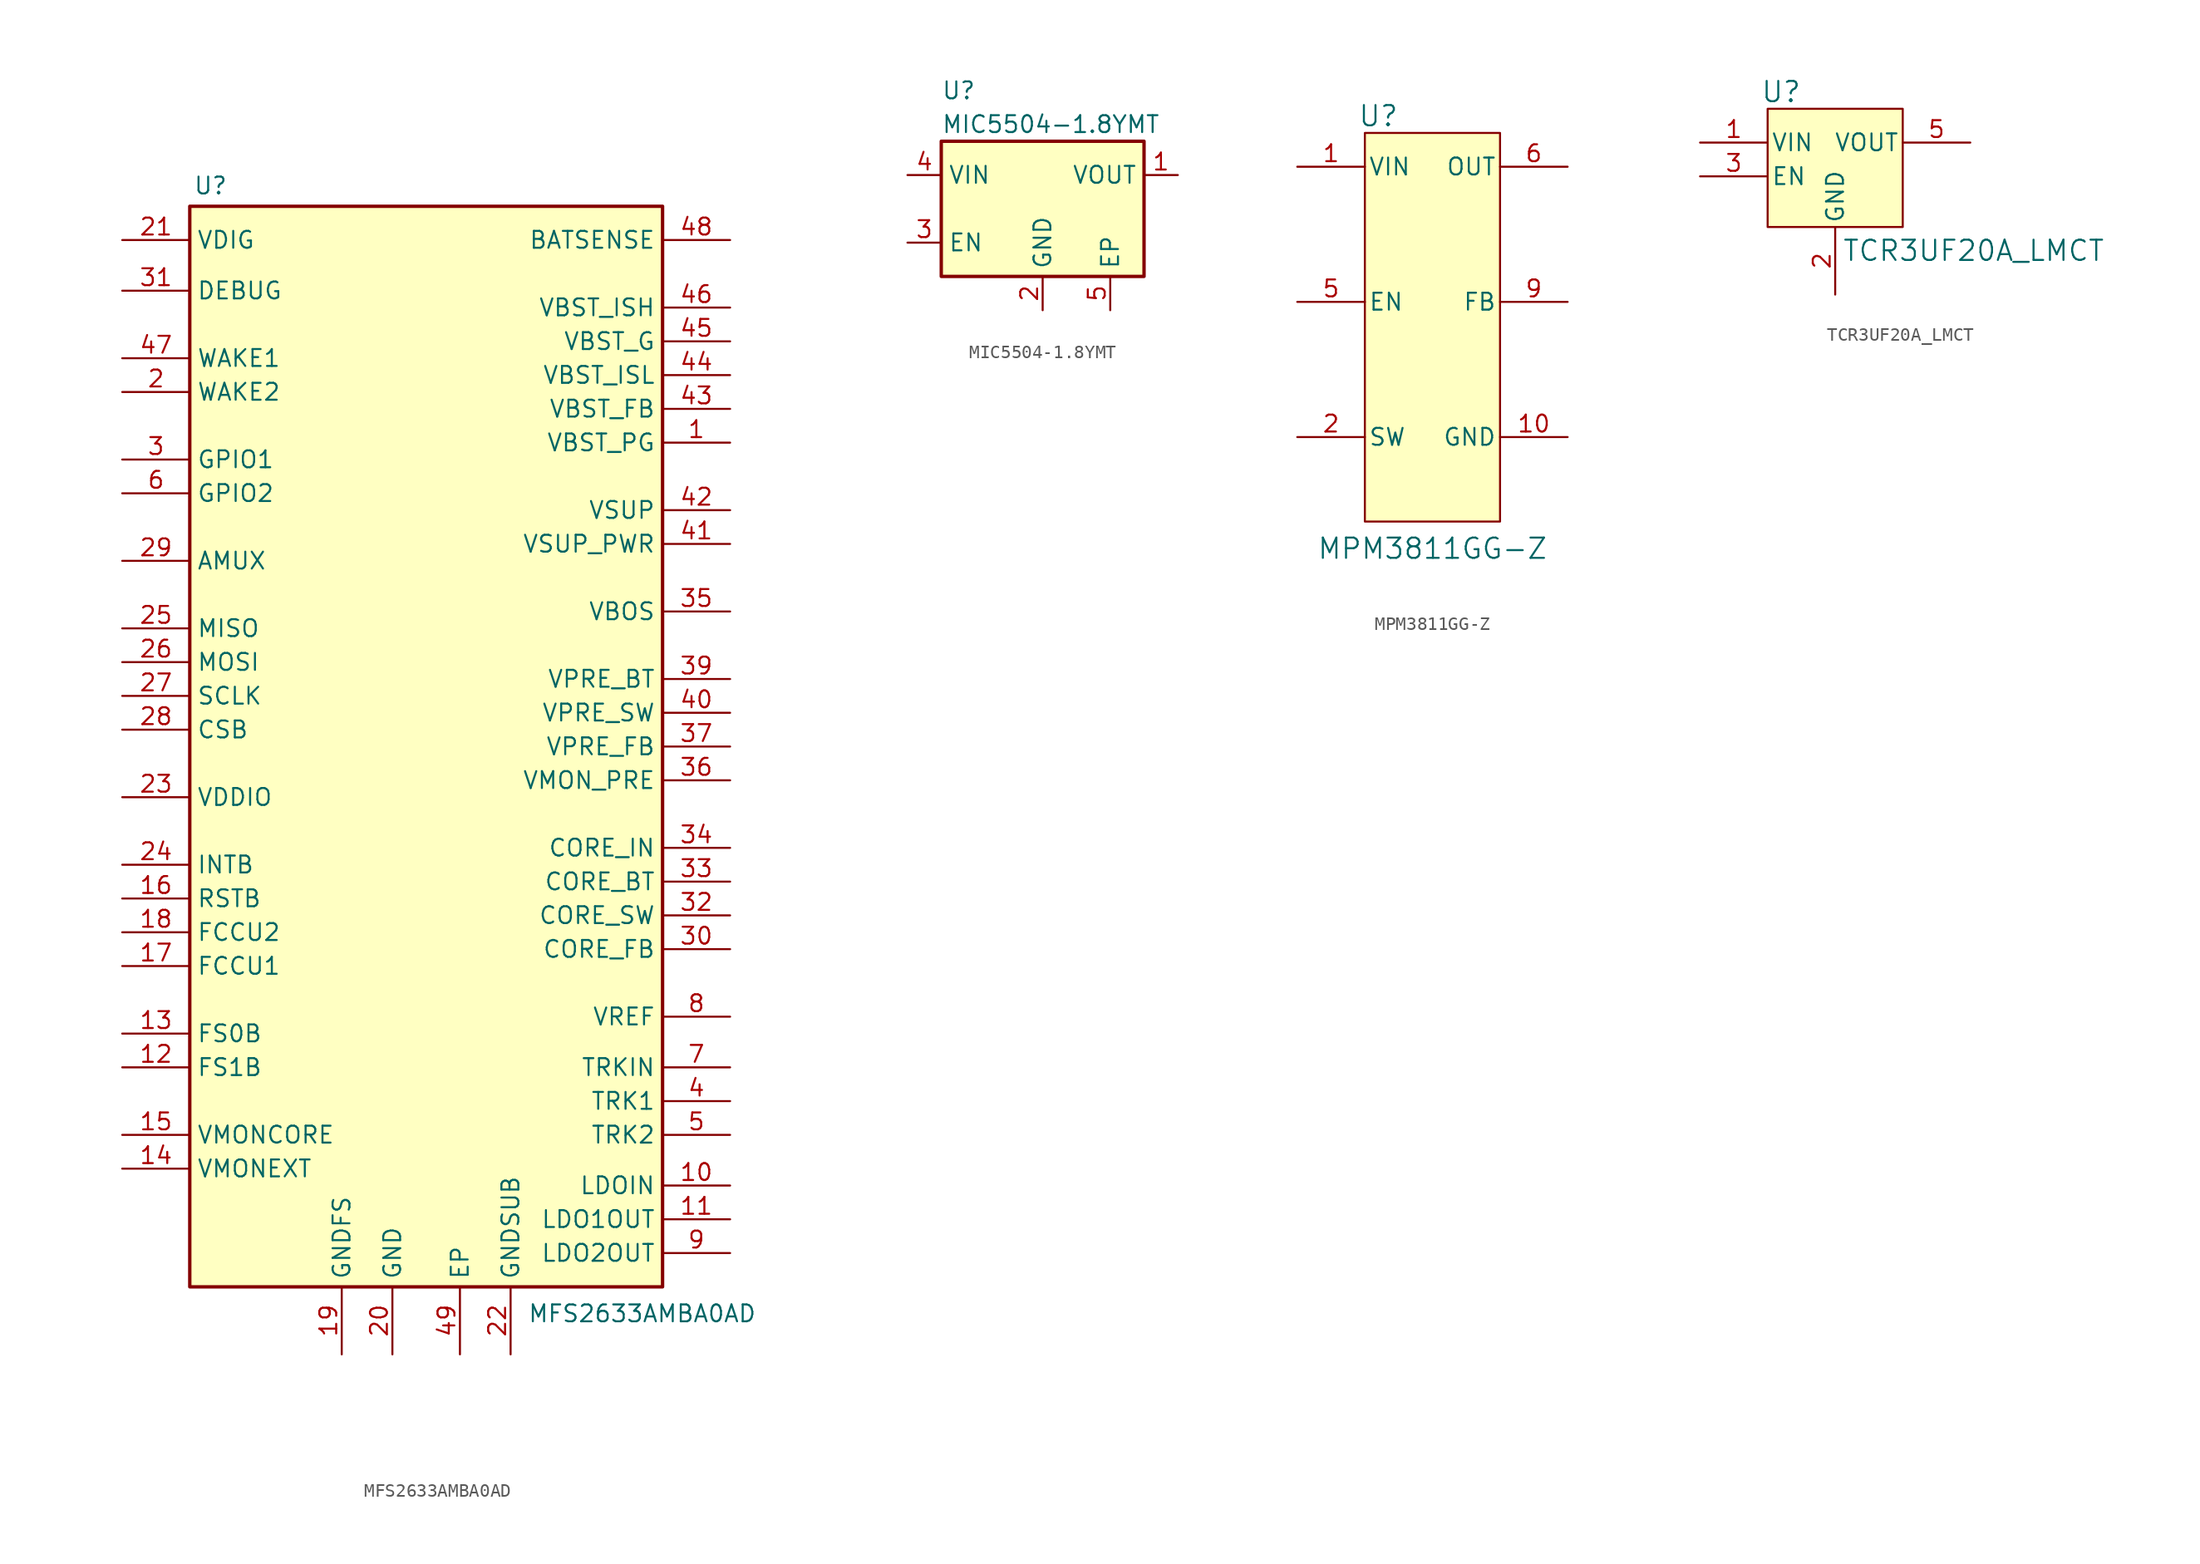
<source format=kicad_sym>
(kicad_symbol_lib
  (version 20231120)
  (generator "kicad_symbol_editor")
  (generator_version "8.0")
  (symbol "MFS2633AMBA0AD"
    (property "Reference" "U"
      (at -17.526 42.926 0)
      (effects (font (size 1.27 1.27)) (justify left top)))
    (property "Value" "MFS2633AMBA0AD"
      (at 7.62 -41.91 0)
      (effects (font (size 1.27 1.27)) (justify left top)))
    (symbol "MFS2633AMBA0AD_1_1"
      (rectangle (start -17.78 40.64) (end 17.78 -40.64) (stroke (width 0.254) (type default)) (fill (type background)))
      (pin passive line (at 22.86 22.86 180) (length 5.08) (name "VBST_PG" (effects (font (size 1.27 1.27)))) (number "1" (effects (font (size 1.27 1.27)))))
      (pin passive line (at 22.86 -33.02 180) (length 5.08) (name "LDOIN" (effects (font (size 1.27 1.27)))) (number "10" (effects (font (size 1.27 1.27)))))
      (pin passive line (at 22.86 -35.56 180) (length 5.08) (name "LDO1OUT" (effects (font (size 1.27 1.27)))) (number "11" (effects (font (size 1.27 1.27)))))
      (pin passive line (at -22.86 -24.13 0) (length 5.08) (name "FS1B" (effects (font (size 1.27 1.27)))) (number "12" (effects (font (size 1.27 1.27)))))
      (pin passive line (at -22.86 -21.59 0) (length 5.08) (name "FS0B" (effects (font (size 1.27 1.27)))) (number "13" (effects (font (size 1.27 1.27)))))
      (pin passive line (at -22.86 -31.75 0) (length 5.08) (name "VMONEXT" (effects (font (size 1.27 1.27)))) (number "14" (effects (font (size 1.27 1.27)))))
      (pin passive line (at -22.86 -29.21 0) (length 5.08) (name "VMONCORE" (effects (font (size 1.27 1.27)))) (number "15" (effects (font (size 1.27 1.27)))))
      (pin passive line (at -22.86 -11.43 0) (length 5.08) (name "RSTB" (effects (font (size 1.27 1.27)))) (number "16" (effects (font (size 1.27 1.27)))))
      (pin passive line (at -22.86 -16.51 0) (length 5.08) (name "FCCU1" (effects (font (size 1.27 1.27)))) (number "17" (effects (font (size 1.27 1.27)))))
      (pin passive line (at -22.86 -13.97 0) (length 5.08) (name "FCCU2" (effects (font (size 1.27 1.27)))) (number "18" (effects (font (size 1.27 1.27)))))
      (pin passive line (at -6.35 -45.72 90) (length 5.08) (name "GNDFS" (effects (font (size 1.27 1.27)))) (number "19" (effects (font (size 1.27 1.27)))))
      (pin passive line (at -22.86 26.67 0) (length 5.08) (name "WAKE2" (effects (font (size 1.27 1.27)))) (number "2" (effects (font (size 1.27 1.27)))))
      (pin passive line (at -2.54 -45.72 90) (length 5.08) (name "GND" (effects (font (size 1.27 1.27)))) (number "20" (effects (font (size 1.27 1.27)))))
      (pin passive line (at -22.86 38.1 0) (length 5.08) (name "VDIG" (effects (font (size 1.27 1.27)))) (number "21" (effects (font (size 1.27 1.27)))))
      (pin passive line (at 6.35 -45.72 90) (length 5.08) (name "GNDSUB" (effects (font (size 1.27 1.27)))) (number "22" (effects (font (size 1.27 1.27)))))
      (pin passive line (at -22.86 -3.81 0) (length 5.08) (name "VDDIO" (effects (font (size 1.27 1.27)))) (number "23" (effects (font (size 1.27 1.27)))))
      (pin passive line (at -22.86 -8.89 0) (length 5.08) (name "INTB" (effects (font (size 1.27 1.27)))) (number "24" (effects (font (size 1.27 1.27)))))
      (pin passive line (at -22.86 8.89 0) (length 5.08) (name "MISO" (effects (font (size 1.27 1.27)))) (number "25" (effects (font (size 1.27 1.27)))))
      (pin passive line (at -22.86 6.35 0) (length 5.08) (name "MOSI" (effects (font (size 1.27 1.27)))) (number "26" (effects (font (size 1.27 1.27)))))
      (pin passive line (at -22.86 3.81 0) (length 5.08) (name "SCLK" (effects (font (size 1.27 1.27)))) (number "27" (effects (font (size 1.27 1.27)))))
      (pin passive line (at -22.86 1.27 0) (length 5.08) (name "CSB" (effects (font (size 1.27 1.27)))) (number "28" (effects (font (size 1.27 1.27)))))
      (pin passive line (at -22.86 13.97 0) (length 5.08) (name "AMUX" (effects (font (size 1.27 1.27)))) (number "29" (effects (font (size 1.27 1.27)))))
      (pin passive line (at -22.86 21.59 0) (length 5.08) (name "GPIO1" (effects (font (size 1.27 1.27)))) (number "3" (effects (font (size 1.27 1.27)))))
      (pin passive line (at 22.86 -15.24 180) (length 5.08) (name "CORE_FB" (effects (font (size 1.27 1.27)))) (number "30" (effects (font (size 1.27 1.27)))))
      (pin passive line (at -22.86 34.29 0) (length 5.08) (name "DEBUG" (effects (font (size 1.27 1.27)))) (number "31" (effects (font (size 1.27 1.27)))))
      (pin passive line (at 22.86 -12.7 180) (length 5.08) (name "CORE_SW" (effects (font (size 1.27 1.27)))) (number "32" (effects (font (size 1.27 1.27)))))
      (pin passive line (at 22.86 -10.16 180) (length 5.08) (name "CORE_BT" (effects (font (size 1.27 1.27)))) (number "33" (effects (font (size 1.27 1.27)))))
      (pin passive line (at 22.86 -7.62 180) (length 5.08) (name "CORE_IN" (effects (font (size 1.27 1.27)))) (number "34" (effects (font (size 1.27 1.27)))))
      (pin passive line (at 22.86 10.16 180) (length 5.08) (name "VBOS" (effects (font (size 1.27 1.27)))) (number "35" (effects (font (size 1.27 1.27)))))
      (pin passive line (at 22.86 -2.54 180) (length 5.08) (name "VMON_PRE" (effects (font (size 1.27 1.27)))) (number "36" (effects (font (size 1.27 1.27)))))
      (pin passive line (at 22.86 0 180) (length 5.08) (name "VPRE_FB" (effects (font (size 1.27 1.27)))) (number "37" (effects (font (size 1.27 1.27)))))
      (pin no_connect line (at -22.86 31.75 0) (length 5.08) hide (name "NC" (effects (font (size 1.27 1.27)))) (number "38" (effects (font (size 1.27 1.27)))))
      (pin passive line (at 22.86 5.08 180) (length 5.08) (name "VPRE_BT" (effects (font (size 1.27 1.27)))) (number "39" (effects (font (size 1.27 1.27)))))
      (pin passive line (at 22.86 -26.67 180) (length 5.08) (name "TRK1" (effects (font (size 1.27 1.27)))) (number "4" (effects (font (size 1.27 1.27)))))
      (pin passive line (at 22.86 2.54 180) (length 5.08) (name "VPRE_SW" (effects (font (size 1.27 1.27)))) (number "40" (effects (font (size 1.27 1.27)))))
      (pin passive line (at 22.86 15.24 180) (length 5.08) (name "VSUP_PWR" (effects (font (size 1.27 1.27)))) (number "41" (effects (font (size 1.27 1.27)))))
      (pin passive line (at 22.86 17.78 180) (length 5.08) (name "VSUP" (effects (font (size 1.27 1.27)))) (number "42" (effects (font (size 1.27 1.27)))))
      (pin passive line (at 22.86 25.4 180) (length 5.08) (name "VBST_FB" (effects (font (size 1.27 1.27)))) (number "43" (effects (font (size 1.27 1.27)))))
      (pin passive line (at 22.86 27.94 180) (length 5.08) (name "VBST_ISL" (effects (font (size 1.27 1.27)))) (number "44" (effects (font (size 1.27 1.27)))))
      (pin passive line (at 22.86 30.48 180) (length 5.08) (name "VBST_G" (effects (font (size 1.27 1.27)))) (number "45" (effects (font (size 1.27 1.27)))))
      (pin passive line (at 22.86 33.02 180) (length 5.08) (name "VBST_ISH" (effects (font (size 1.27 1.27)))) (number "46" (effects (font (size 1.27 1.27)))))
      (pin passive line (at -22.86 29.21 0) (length 5.08) (name "WAKE1" (effects (font (size 1.27 1.27)))) (number "47" (effects (font (size 1.27 1.27)))))
      (pin passive line (at 22.86 38.1 180) (length 5.08) (name "BATSENSE" (effects (font (size 1.27 1.27)))) (number "48" (effects (font (size 1.27 1.27)))))
      (pin passive line (at 2.54 -45.72 90) (length 5.08) (name "EP" (effects (font (size 1.27 1.27)))) (number "49" (effects (font (size 1.27 1.27)))))
      (pin passive line (at 22.86 -29.21 180) (length 5.08) (name "TRK2" (effects (font (size 1.27 1.27)))) (number "5" (effects (font (size 1.27 1.27)))))
      (pin passive line (at -22.86 19.05 0) (length 5.08) (name "GPIO2" (effects (font (size 1.27 1.27)))) (number "6" (effects (font (size 1.27 1.27)))))
      (pin passive line (at 22.86 -24.13 180) (length 5.08) (name "TRKIN" (effects (font (size 1.27 1.27)))) (number "7" (effects (font (size 1.27 1.27)))))
      (pin passive line (at 22.86 -20.32 180) (length 5.08) (name "VREF" (effects (font (size 1.27 1.27)))) (number "8" (effects (font (size 1.27 1.27)))))
      (pin passive line (at 22.86 -38.1 180) (length 5.08) (name "LDO2OUT" (effects (font (size 1.27 1.27)))) (number "9" (effects (font (size 1.27 1.27)))))))
  (symbol "MIC5504-1.8YMT"
    (property "Reference" "U"
      (at -7.62 8.89 0)
      (effects (font (size 1.27 1.27)) (justify left)))
    (property "Value" "MIC5504-1.8YMT"
      (at -7.62 6.35 0)
      (effects (font (size 1.27 1.27)) (justify left)))
    (symbol "MIC5504-1.8YMT_0_1"
      (rectangle (start -7.62 -5.08) (end 7.62 5.08) (stroke (width 0.254) (type default)) (fill (type background))))
    (symbol "MIC5504-1.8YMT_1_1"
      (pin power_out line (at 10.16 2.54 180) (length 2.54) (name "VOUT" (effects (font (size 1.27 1.27)))) (number "1" (effects (font (size 1.27 1.27)))))
      (pin power_in line (at 0 -7.62 90) (length 2.54) (name "GND" (effects (font (size 1.27 1.27)))) (number "2" (effects (font (size 1.27 1.27)))))
      (pin input line (at -10.16 -2.54 0) (length 2.54) (name "EN" (effects (font (size 1.27 1.27)))) (number "3" (effects (font (size 1.27 1.27)))))
      (pin power_in line (at -10.16 2.54 0) (length 2.54) (name "VIN" (effects (font (size 1.27 1.27)))) (number "4" (effects (font (size 1.27 1.27)))))
      (pin power_in line (at 5.08 -7.62 90) (length 2.54) (name "EP" (effects (font (size 1.27 1.27)))) (number "5" (effects (font (size 1.27 1.27)))))))
  (symbol "MPM3811GG-Z"
    (pin_names
      (offset 0.254))
    (property "Reference" "U"
      (at -4.064 8.89 0)
      (effects (font (size 1.524 1.524))))
    (property "Value" "MPM3811GG-Z"
      (at 0 -23.622 0)
      (effects (font (size 1.524 1.524))))
    (symbol "MPM3811GG-Z_0_1"
      (pin power_in line (at -10.16 5.08 0) (length 5.08) (name "VIN" (effects (font (size 1.27 1.27)))) (number "1" (effects (font (size 1.27 1.27)))))
      (pin power_out line (at 10.16 -15.24 180) (length 5.08) (name "GND" (effects (font (size 1.27 1.27)))) (number "10" (effects (font (size 1.27 1.27)))))
      (pin output line (at -10.16 -15.24 0) (length 5.08) (name "SW" (effects (font (size 1.27 1.27)))) (number "2" (effects (font (size 1.27 1.27)))))
      (pin output line (at -10.16 -15.24 0) (length 5.08) hide (name "SW" (effects (font (size 1.27 1.27)))) (number "3" (effects (font (size 1.27 1.27)))))
      (pin output line (at -10.16 -15.24 0) (length 5.08) hide (name "SW" (effects (font (size 1.27 1.27)))) (number "4" (effects (font (size 1.27 1.27)))))
      (pin bidirectional line (at -10.16 -5.08 0) (length 5.08) (name "EN" (effects (font (size 1.27 1.27)))) (number "5" (effects (font (size 1.27 1.27)))))
      (pin output line (at 10.16 5.08 180) (length 5.08) (name "OUT" (effects (font (size 1.27 1.27)))) (number "6" (effects (font (size 1.27 1.27)))))
      (pin output line (at 10.16 5.08 180) (length 5.08) hide (name "OUT" (effects (font (size 1.27 1.27)))) (number "7" (effects (font (size 1.27 1.27)))))
      (pin unspecified line (at 10.16 5.08 180) (length 5.08) hide (name "OUT" (effects (font (size 1.27 1.27)))) (number "8" (effects (font (size 1.27 1.27)))))
      (pin output line (at 10.16 -5.08 180) (length 5.08) (name "FB" (effects (font (size 1.27 1.27)))) (number "9" (effects (font (size 1.27 1.27))))))
    (symbol "MPM3811GG-Z_1_1"
      (rectangle (start -5.08 7.62) (end 5.08 -21.59) (stroke (width 0) (type default)) (fill (type background)))))
  (symbol "TCR3UF20A_LMCT"
    (pin_names
      (offset 0.254))
    (property "Reference" "U"
      (at -4.064 6.35 0)
      (effects (font (size 1.524 1.524))))
    (property "Value" "TCR3UF20A_LMCT"
      (at 10.414 -5.588 0)
      (effects (font (size 1.524 1.524))))
    (symbol "TCR3UF20A_LMCT_0_1"
      (pin power_in line (at -10.16 2.54 0) (length 5.08) (name "VIN" (effects (font (size 1.27 1.27)))) (number "1" (effects (font (size 1.27 1.27)))))
      (pin power_out line (at 0 -8.89 90) (length 5.08) (name "GND" (effects (font (size 1.27 1.27)))) (number "2" (effects (font (size 1.27 1.27)))))
      (pin no_connect line (at 10.16 0 180) (length 5.08) hide (name "NC" (effects (font (size 1.27 1.27)))) (number "4" (effects (font (size 1.27 1.27)))))
      (pin power_out line (at 10.16 2.54 180) (length 5.08) (name "VOUT" (effects (font (size 1.27 1.27)))) (number "5" (effects (font (size 1.27 1.27))))))
    (symbol "TCR3UF20A_LMCT_1_1"
      (rectangle (start -5.08 5.08) (end 5.08 -3.81) (stroke (width 0) (type default)) (fill (type background)))
      (pin input line (at -10.16 0 0) (length 5.08) (name "EN" (effects (font (size 1.27 1.27)))) (number "3" (effects (font (size 1.27 1.27))))))))
</source>
